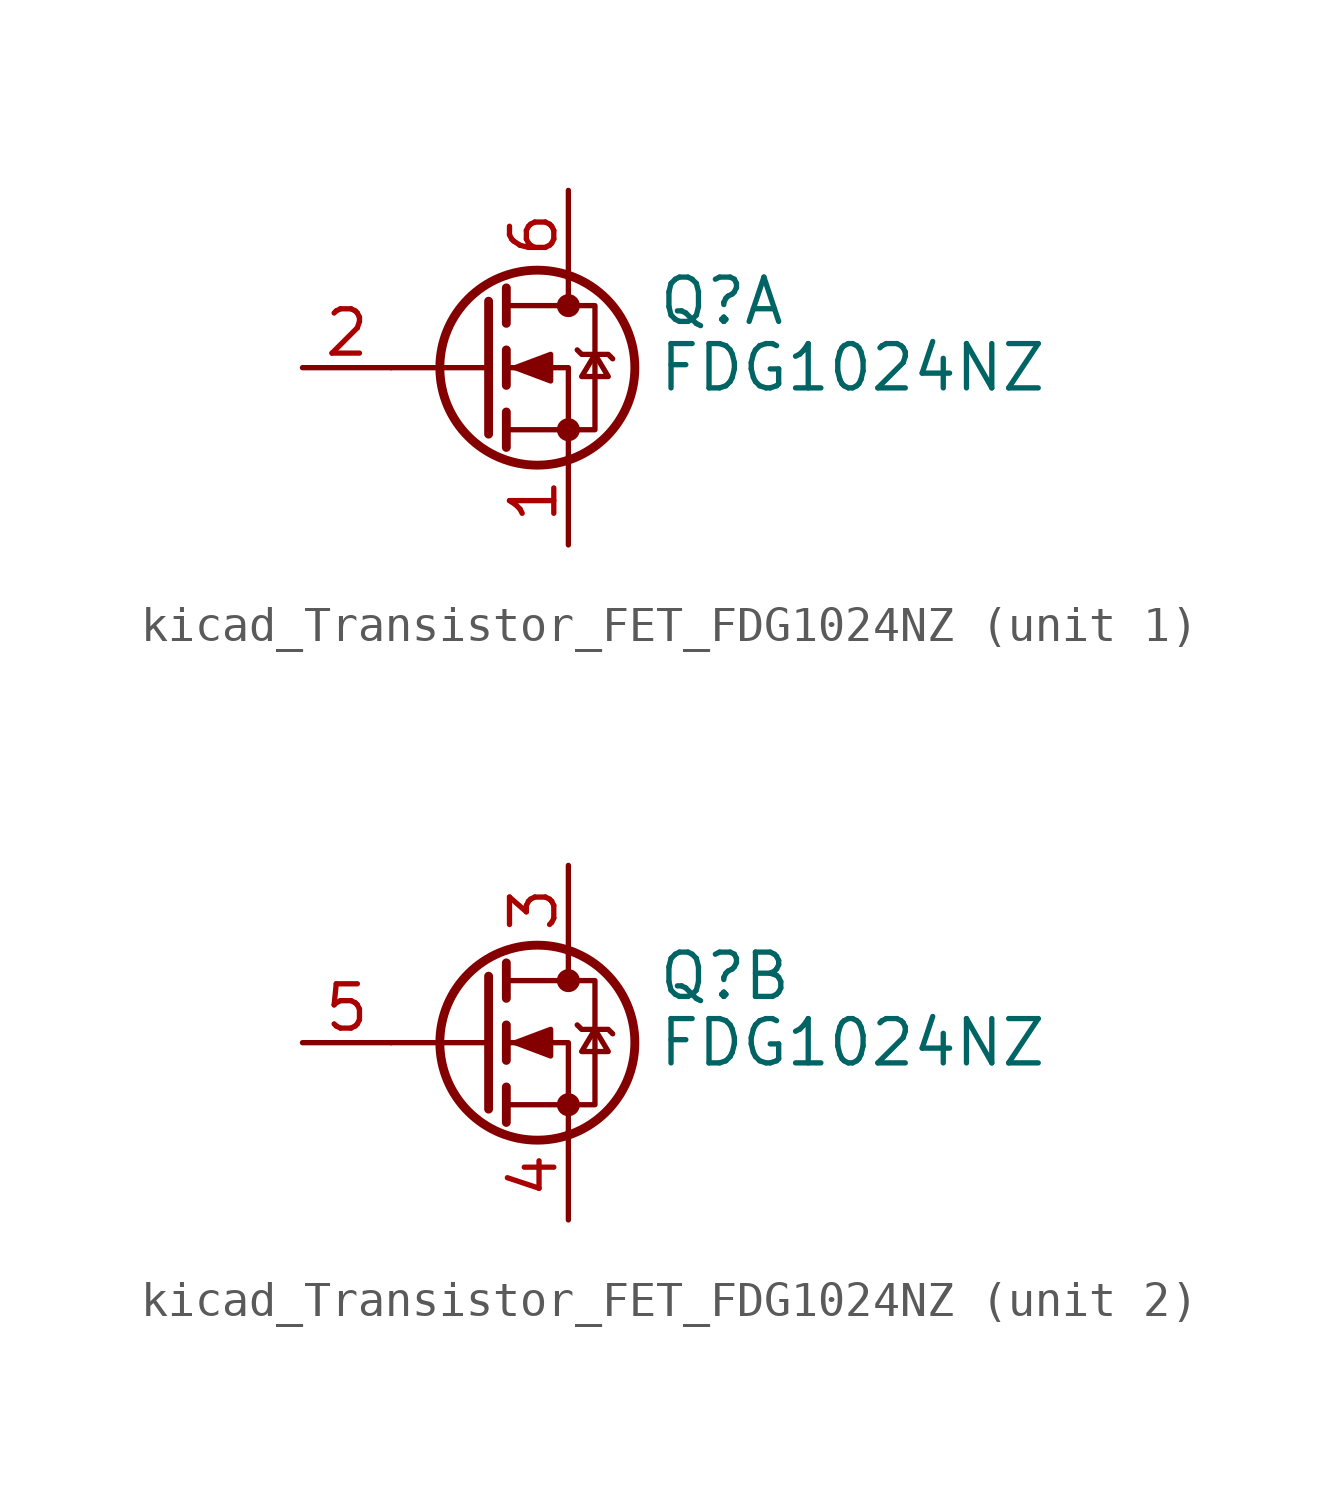
<source format=kicad_sym>
(kicad_symbol_lib
  (version 20220914)
  (generator kicad_symbol_editor)
  (symbol "kicad_Transistor_FET_FDG1024NZ"
    (pin_names hide)
    (property "Reference" "Q"
      (at 5.08 1.905 0)
      (effects (font (size 1.27 1.27)) (justify left)))
    (property "Value" "FDG1024NZ"
      (at 5.08 0 0)
      (effects (font (size 1.27 1.27)) (justify left)))
    (symbol "kicad_Transistor_FET_FDG1024NZ_0_1"
      (polyline (pts (xy 0.254 0) (xy -2.54 0)) (stroke (width 0) (type default)) (fill (type none)))
      (polyline (pts (xy 0.254 1.905) (xy 0.254 -1.905)) (stroke (width 0.254) (type default)) (fill (type none)))
      (polyline (pts (xy 0.762 -1.27) (xy 0.762 -2.286)) (stroke (width 0.254) (type default)) (fill (type none)))
      (polyline (pts (xy 0.762 0.508) (xy 0.762 -0.508)) (stroke (width 0.254) (type default)) (fill (type none)))
      (polyline (pts (xy 0.762 2.286) (xy 0.762 1.27)) (stroke (width 0.254) (type default)) (fill (type none)))
      (polyline (pts (xy 2.54 2.54) (xy 2.54 1.778)) (stroke (width 0) (type default)) (fill (type none)))
      (polyline (pts (xy 2.54 -2.54) (xy 2.54 0) (xy 0.762 0)) (stroke (width 0) (type default)) (fill (type none)))
      (polyline (pts (xy 0.762 -1.778) (xy 3.302 -1.778) (xy 3.302 1.778) (xy 0.762 1.778)) (stroke (width 0) (type default)) (fill (type none)))
      (polyline (pts (xy 1.016 0) (xy 2.032 0.381) (xy 2.032 -0.381) (xy 1.016 0)) (stroke (width 0) (type default)) (fill (type outline)))
      (polyline (pts (xy 2.794 0.508) (xy 2.921 0.381) (xy 3.683 0.381) (xy 3.81 0.254)) (stroke (width 0) (type default)) (fill (type none)))
      (polyline (pts (xy 3.302 0.381) (xy 2.921 -0.254) (xy 3.683 -0.254) (xy 3.302 0.381)) (stroke (width 0) (type default)) (fill (type none)))
      (circle (center 1.651 0) (radius 2.794) (stroke (width 0.254) (type default)) (fill (type none)))
      (circle (center 2.54 -1.778) (radius 0.254) (stroke (width 0) (type default)) (fill (type outline)))
      (circle (center 2.54 1.778) (radius 0.254) (stroke (width 0) (type default)) (fill (type outline))))
    (symbol "kicad_Transistor_FET_FDG1024NZ_1_1"
      (pin passive line (at 2.54 -5.08 90) (length 2.54) (name "S" (effects (font (size 1.27 1.27)))) (number "1" (effects (font (size 1.27 1.27)))))
      (pin passive line (at -5.08 0 0) (length 2.54) (name "G" (effects (font (size 1.27 1.27)))) (number "2" (effects (font (size 1.27 1.27)))))
      (pin passive line (at 2.54 5.08 270) (length 2.54) (name "D" (effects (font (size 1.27 1.27)))) (number "6" (effects (font (size 1.27 1.27))))))
    (symbol "kicad_Transistor_FET_FDG1024NZ_2_1"
      (pin passive line (at 2.54 5.08 270) (length 2.54) (name "D" (effects (font (size 1.27 1.27)))) (number "3" (effects (font (size 1.27 1.27)))))
      (pin passive line (at 2.54 -5.08 90) (length 2.54) (name "S" (effects (font (size 1.27 1.27)))) (number "4" (effects (font (size 1.27 1.27)))))
      (pin passive line (at -5.08 0 0) (length 2.54) (name "G" (effects (font (size 1.27 1.27)))) (number "5" (effects (font (size 1.27 1.27))))))))
</source>
